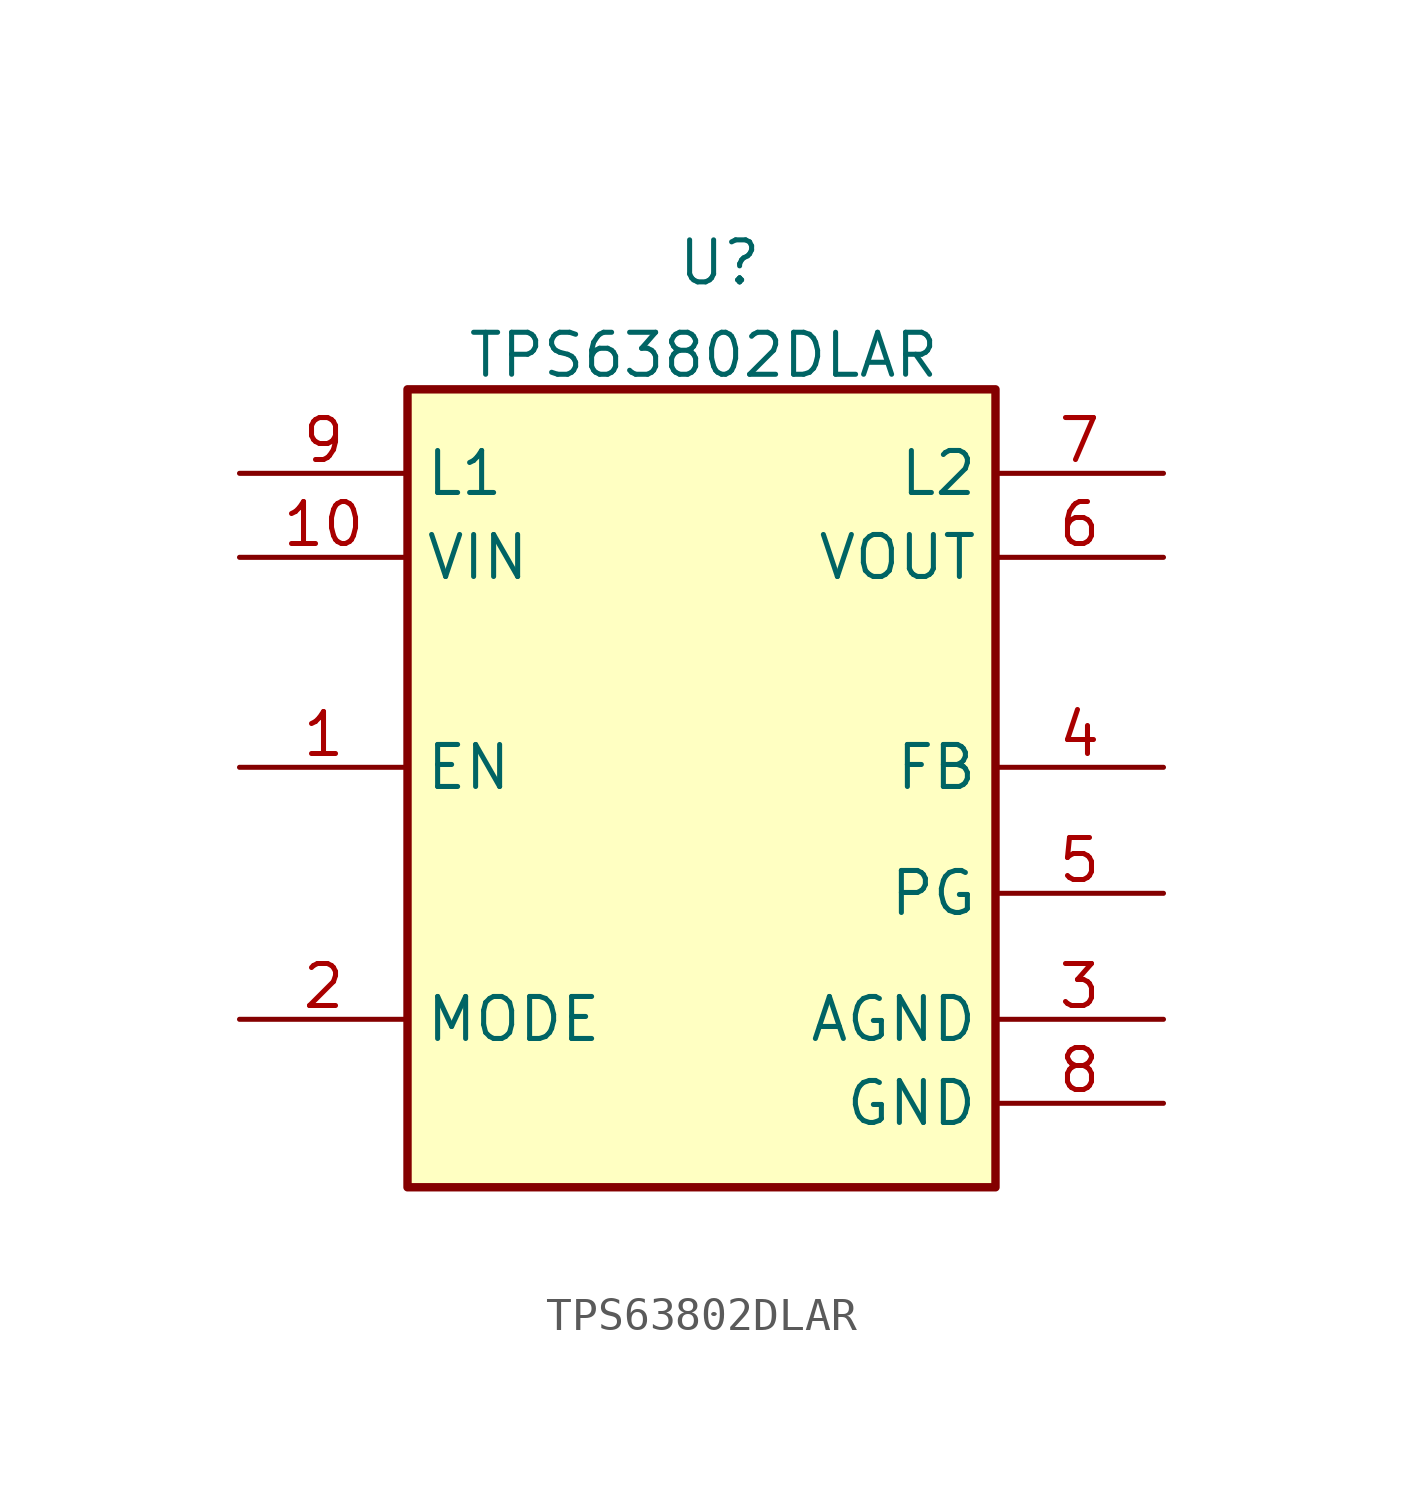
<source format=kicad_sym>
(kicad_symbol_lib
  (version 20231120)
  (generator "kicad_symbol_editor")
  (generator_version "8.0")
  (symbol "TPS63802DLAR"
    (property "Reference" "U"
      (at -0.762 13.462 0)
      (effects (font (size 1.27 1.27)) (justify left top)))
    (property "Value" "TPS63802DLAR"
      (at -7.112 10.668 0)
      (effects (font (size 1.27 1.27)) (justify left top)))
    (symbol "TPS63802DLAR_1_1"
      (rectangle (start -8.89 8.89) (end 8.89 -15.24) (stroke (width 0.254) (type default)) (fill (type background)))
      (pin passive line (at -13.97 -2.54 0) (length 5.08) (name "EN" (effects (font (size 1.27 1.27)))) (number "1" (effects (font (size 1.27 1.27)))))
      (pin passive line (at -13.97 3.81 0) (length 5.08) (name "VIN" (effects (font (size 1.27 1.27)))) (number "10" (effects (font (size 1.27 1.27)))))
      (pin passive line (at -13.97 -10.16 0) (length 5.08) (name "MODE" (effects (font (size 1.27 1.27)))) (number "2" (effects (font (size 1.27 1.27)))))
      (pin passive line (at 13.97 -10.16 180) (length 5.08) (name "AGND" (effects (font (size 1.27 1.27)))) (number "3" (effects (font (size 1.27 1.27)))))
      (pin passive line (at 13.97 -2.54 180) (length 5.08) (name "FB" (effects (font (size 1.27 1.27)))) (number "4" (effects (font (size 1.27 1.27)))))
      (pin passive line (at 13.97 -6.35 180) (length 5.08) (name "PG" (effects (font (size 1.27 1.27)))) (number "5" (effects (font (size 1.27 1.27)))))
      (pin passive line (at 13.97 3.81 180) (length 5.08) (name "VOUT" (effects (font (size 1.27 1.27)))) (number "6" (effects (font (size 1.27 1.27)))))
      (pin passive line (at 13.97 6.35 180) (length 5.08) (name "L2" (effects (font (size 1.27 1.27)))) (number "7" (effects (font (size 1.27 1.27)))))
      (pin passive line (at 13.97 -12.7 180) (length 5.08) (name "GND" (effects (font (size 1.27 1.27)))) (number "8" (effects (font (size 1.27 1.27)))))
      (pin passive line (at -13.97 6.35 0) (length 5.08) (name "L1" (effects (font (size 1.27 1.27)))) (number "9" (effects (font (size 1.27 1.27))))))))
</source>
